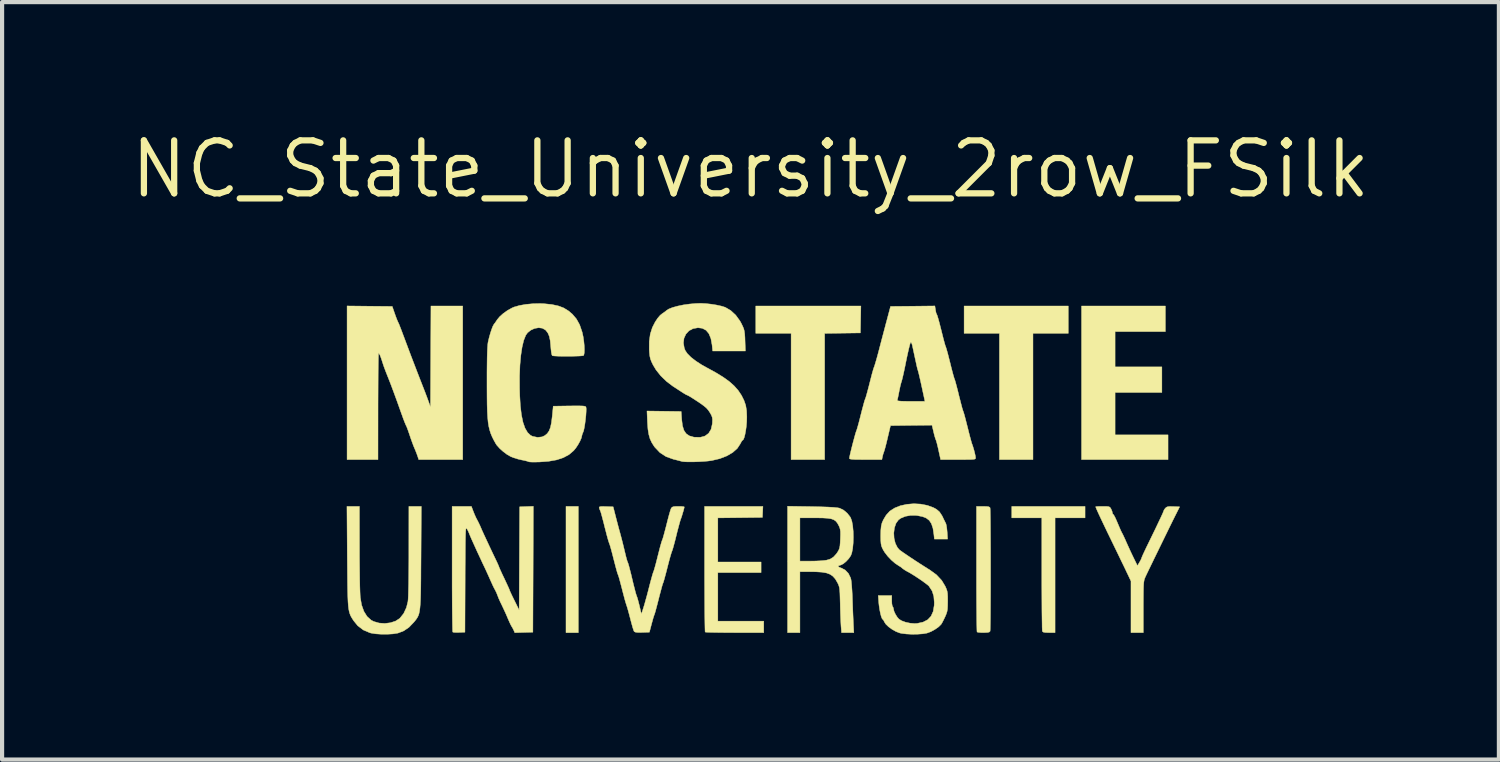
<source format=kicad_pcb>
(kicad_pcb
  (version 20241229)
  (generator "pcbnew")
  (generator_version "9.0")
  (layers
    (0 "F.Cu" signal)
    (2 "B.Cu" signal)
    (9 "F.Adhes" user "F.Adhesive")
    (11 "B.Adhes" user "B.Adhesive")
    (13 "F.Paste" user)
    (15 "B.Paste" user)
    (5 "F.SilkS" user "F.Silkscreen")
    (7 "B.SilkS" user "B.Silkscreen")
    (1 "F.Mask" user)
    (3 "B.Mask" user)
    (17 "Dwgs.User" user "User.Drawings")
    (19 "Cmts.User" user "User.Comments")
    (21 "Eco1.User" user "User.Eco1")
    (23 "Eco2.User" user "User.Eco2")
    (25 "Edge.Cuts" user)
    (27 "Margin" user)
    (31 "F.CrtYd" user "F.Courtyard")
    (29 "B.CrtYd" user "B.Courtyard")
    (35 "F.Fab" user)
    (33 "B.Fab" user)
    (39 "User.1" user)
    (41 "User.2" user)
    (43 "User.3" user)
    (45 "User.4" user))
  (footprint "NC_State_University_2row_FSilk"
    (layer "F.Cu")
    (at 14.945 1.006)
    (property "Reference" "NC_State_University_2row_FSilk" (at 0 0 0) (layer "F.SilkS") (effects (font (size 1.27 1.27) (thickness 0.15))))
    (attr through_hole)
    (fp_poly (pts (xy -4.128 11.113) (xy -4.424 11.113) (xy -4.424 8.086) (xy -4.128 8.086) (xy -4.128 11.113)) (stroke (width 0.01) (type solid)) (fill yes) (layer "F.SilkS"))
    (fp_poly (pts (xy 7.62 3.937) (xy 6.773 3.937) (xy 6.773 6.964) (xy 5.969 6.964) (xy 5.969 3.937) (xy 5.122 3.937) (xy 5.122 3.281) (xy 7.62 3.281) (xy 7.62 3.937)) (stroke (width 0.01) (type solid)) (fill yes) (layer "F.SilkS"))
    (fp_poly (pts (xy 2.635 3.926) (xy 2.207 3.932) (xy 1.778 3.938) (xy 1.778 6.964) (xy 0.974 6.964) (xy 0.974 3.937) (xy 0.127 3.937) (xy 0.127 3.281) (xy 2.647 3.281) (xy 2.635 3.926)) (stroke (width 0.01) (type solid)) (fill yes) (layer "F.SilkS"))
    (fp_poly (pts (xy 9.948 3.895) (xy 8.742 3.895) (xy 8.742 4.741) (xy 9.864 4.741) (xy 9.864 5.355) (xy 8.742 5.355) (xy 8.742 6.371) (xy 10.012 6.371) (xy 10.012 6.964) (xy 7.938 6.964) (xy 7.938 3.281) (xy 9.948 3.281) (xy 9.948 3.895)) (stroke (width 0.01) (type solid)) (fill yes) (layer "F.SilkS"))
    (fp_poly (pts (xy 8.022 8.361) (xy 7.303 8.361) (xy 7.303 11.113) (xy 7.157 11.113) (xy 7.074 11.11) (xy 7.025 11.102) (xy 7.002 11.086) (xy 6.998 11.079) (xy 6.996 11.052) (xy 6.993 10.987) (xy 6.992 10.887) (xy 6.99 10.756) (xy 6.988 10.597) (xy 6.987 10.413) (xy 6.986 10.21) (xy 6.985 9.99) (xy 6.985 9.757) (xy 6.985 9.703) (xy 6.985 8.361) (xy 6.265 8.361) (xy 6.265 8.086) (xy 8.022 8.086) (xy 8.022 8.361)) (stroke (width 0.01) (type solid)) (fill yes) (layer "F.SilkS"))
    (fp_poly (pts (xy 0.292 8.218) (xy 0.286 8.35) (xy -0.249 8.356) (xy -0.783 8.362) (xy -0.783 9.419) (xy 0.254 9.419) (xy 0.254 9.673) (xy -0.783 9.673) (xy -0.783 10.837) (xy 0.318 10.837) (xy 0.318 11.113) (xy -0.377 11.113) (xy -0.545 11.112) (xy -0.699 11.111) (xy -0.834 11.109) (xy -0.945 11.107) (xy -1.027 11.104) (xy -1.076 11.101) (xy -1.087 11.098) (xy -1.089 11.075) (xy -1.091 11.014) (xy -1.093 10.916) (xy -1.095 10.787) (xy -1.097 10.628) (xy -1.098 10.445) (xy -1.099 10.239) (xy -1.1 10.016) (xy -1.101 9.777) (xy -1.101 9.585) (xy -1.101 8.086) (xy 0.298 8.086) (xy 0.292 8.218)) (stroke (width 0.01) (type solid)) (fill yes) (layer "F.SilkS"))
    (fp_poly (pts (xy 5.66 8.088) (xy 5.712 8.095) (xy 5.738 8.109) (xy 5.744 8.119) (xy 5.747 8.146) (xy 5.749 8.211) (xy 5.751 8.31) (xy 5.753 8.439) (xy 5.754 8.593) (xy 5.755 8.768) (xy 5.756 8.96) (xy 5.757 9.165) (xy 5.757 9.379) (xy 5.757 9.597) (xy 5.757 9.814) (xy 5.757 10.028) (xy 5.756 10.233) (xy 5.755 10.426) (xy 5.754 10.601) (xy 5.753 10.756) (xy 5.751 10.885) (xy 5.749 10.985) (xy 5.747 11.051) (xy 5.745 11.079) (xy 5.744 11.079) (xy 5.727 11.098) (xy 5.687 11.108) (xy 5.616 11.112) (xy 5.589 11.113) (xy 5.515 11.111) (xy 5.459 11.105) (xy 5.433 11.098) (xy 5.43 11.075) (xy 5.428 11.014) (xy 5.426 10.916) (xy 5.424 10.787) (xy 5.423 10.628) (xy 5.421 10.445) (xy 5.42 10.239) (xy 5.419 10.016) (xy 5.419 9.777) (xy 5.419 9.585) (xy 5.419 8.086) (xy 5.575 8.086) (xy 5.66 8.088)) (stroke (width 0.01) (type solid)) (fill yes) (layer "F.SilkS"))
    (fp_poly (pts (xy -9.132 3.286) (xy -8.59 3.291) (xy -8.531 3.462) (xy -8.501 3.546) (xy -8.473 3.618) (xy -8.452 3.666) (xy -8.448 3.674) (xy -8.431 3.709) (xy -8.405 3.775) (xy -8.371 3.862) (xy -8.334 3.961) (xy -8.331 3.969) (xy -8.277 4.113) (xy -8.212 4.286) (xy -8.14 4.478) (xy -8.064 4.676) (xy -7.989 4.871) (xy -7.919 5.052) (xy -7.858 5.208) (xy -7.85 5.228) (xy -7.809 5.333) (xy -7.765 5.449) (xy -7.73 5.544) (xy -7.673 5.702) (xy -7.662 3.281) (xy -6.9 3.281) (xy -6.9 6.964) (xy -7.955 6.964) (xy -7.981 6.884) (xy -8.005 6.817) (xy -8.037 6.736) (xy -8.053 6.699) (xy -8.081 6.632) (xy -8.115 6.54) (xy -8.152 6.437) (xy -8.17 6.382) (xy -8.201 6.292) (xy -8.228 6.216) (xy -8.249 6.164) (xy -8.258 6.147) (xy -8.271 6.119) (xy -8.295 6.06) (xy -8.327 5.977) (xy -8.362 5.879) (xy -8.369 5.861) (xy -8.465 5.591) (xy -8.551 5.356) (xy -8.625 5.158) (xy -8.687 4.999) (xy -8.71 4.942) (xy -8.751 4.838) (xy -8.794 4.722) (xy -8.828 4.619) (xy -8.829 4.614) (xy -8.854 4.538) (xy -8.876 4.479) (xy -8.89 4.447) (xy -8.892 4.445) (xy -8.91 4.418) (xy -8.917 4.403) (xy -8.919 4.418) (xy -8.921 4.471) (xy -8.923 4.56) (xy -8.925 4.681) (xy -8.927 4.83) (xy -8.928 5.004) (xy -8.929 5.199) (xy -8.93 5.412) (xy -8.931 5.64) (xy -8.931 5.667) (xy -8.932 6.964) (xy -9.673 6.964) (xy -9.673 3.28) (xy -9.132 3.286)) (stroke (width 0.01) (type solid)) (fill yes) (layer "F.SilkS"))
    (fp_poly (pts (xy -9.376 9.075) (xy -9.376 9.284) (xy -9.374 9.487) (xy -9.372 9.678) (xy -9.37 9.853) (xy -9.367 10.005) (xy -9.363 10.13) (xy -9.359 10.221) (xy -9.356 10.266) (xy -9.325 10.449) (xy -9.27 10.603) (xy -9.194 10.725) (xy -9.097 10.813) (xy -9.034 10.846) (xy -8.905 10.883) (xy -8.768 10.893) (xy -8.632 10.876) (xy -8.51 10.836) (xy -8.413 10.773) (xy -8.407 10.768) (xy -8.316 10.654) (xy -8.25 10.512) (xy -8.214 10.369) (xy -8.209 10.317) (xy -8.204 10.226) (xy -8.201 10.101) (xy -8.197 9.943) (xy -8.195 9.758) (xy -8.193 9.549) (xy -8.192 9.318) (xy -8.192 9.16) (xy -8.191 8.086) (xy -7.893 8.086) (xy -7.9 9.308) (xy -7.902 9.581) (xy -7.903 9.814) (xy -7.905 10.012) (xy -7.908 10.179) (xy -7.912 10.317) (xy -7.918 10.43) (xy -7.926 10.522) (xy -7.936 10.595) (xy -7.948 10.655) (xy -7.964 10.703) (xy -7.984 10.744) (xy -8.007 10.781) (xy -8.034 10.817) (xy -8.066 10.856) (xy -8.071 10.862) (xy -8.19 10.986) (xy -8.315 11.071) (xy -8.451 11.123) (xy -8.459 11.125) (xy -8.571 11.143) (xy -8.706 11.151) (xy -8.849 11.151) (xy -8.984 11.142) (xy -9.098 11.124) (xy -9.127 11.116) (xy -9.284 11.049) (xy -9.417 10.948) (xy -9.514 10.829) (xy -9.543 10.785) (xy -9.568 10.744) (xy -9.59 10.703) (xy -9.607 10.659) (xy -9.622 10.608) (xy -9.634 10.546) (xy -9.643 10.47) (xy -9.65 10.377) (xy -9.655 10.262) (xy -9.659 10.122) (xy -9.662 9.953) (xy -9.664 9.753) (xy -9.666 9.517) (xy -9.668 9.287) (xy -9.676 8.086) (xy -9.377 8.086) (xy -9.376 9.075)) (stroke (width 0.01) (type solid)) (fill yes) (layer "F.SilkS"))
    (fp_poly (pts (xy 8.529 8.086) (xy 8.582 8.091) (xy 8.612 8.102) (xy 8.632 8.123) (xy 8.646 8.148) (xy 8.669 8.201) (xy 8.678 8.243) (xy 8.678 8.243) (xy 8.688 8.272) (xy 8.697 8.276) (xy 8.712 8.295) (xy 8.739 8.344) (xy 8.773 8.418) (xy 8.805 8.493) (xy 8.843 8.583) (xy 8.876 8.659) (xy 8.901 8.711) (xy 8.912 8.731) (xy 8.927 8.759) (xy 8.954 8.816) (xy 8.989 8.892) (xy 9.006 8.932) (xy 9.053 9.036) (xy 9.108 9.157) (xy 9.163 9.273) (xy 9.181 9.31) (xy 9.278 9.508) (xy 9.327 9.426) (xy 9.357 9.373) (xy 9.375 9.333) (xy 9.377 9.325) (xy 9.386 9.3) (xy 9.41 9.244) (xy 9.447 9.165) (xy 9.492 9.069) (xy 9.512 9.029) (xy 9.621 8.805) (xy 9.713 8.616) (xy 9.787 8.46) (xy 9.844 8.34) (xy 9.883 8.255) (xy 9.903 8.206) (xy 9.906 8.196) (xy 9.919 8.167) (xy 9.946 8.13) (xy 9.973 8.106) (xy 10.006 8.093) (xy 10.057 8.088) (xy 10.139 8.09) (xy 10.29 8.096) (xy 10.216 8.244) (xy 10.171 8.333) (xy 10.115 8.446) (xy 10.05 8.578) (xy 9.979 8.724) (xy 9.903 8.879) (xy 9.826 9.037) (xy 9.75 9.193) (xy 9.677 9.342) (xy 9.611 9.479) (xy 9.553 9.598) (xy 9.507 9.694) (xy 9.474 9.763) (xy 9.459 9.797) (xy 9.447 9.827) (xy 9.438 9.862) (xy 9.431 9.906) (xy 9.426 9.964) (xy 9.423 10.043) (xy 9.421 10.147) (xy 9.42 10.282) (xy 9.419 10.452) (xy 9.419 10.5) (xy 9.419 11.113) (xy 9.123 11.113) (xy 9.123 9.878) (xy 9.057 9.738) (xy 9.037 9.696) (xy 9.014 9.649) (xy 8.988 9.593) (xy 8.955 9.524) (xy 8.914 9.44) (xy 8.863 9.335) (xy 8.801 9.206) (xy 8.725 9.05) (xy 8.634 8.862) (xy 8.555 8.7) (xy 8.481 8.545) (xy 8.415 8.406) (xy 8.359 8.287) (xy 8.316 8.193) (xy 8.288 8.128) (xy 8.276 8.095) (xy 8.276 8.094) (xy 8.296 8.09) (xy 8.347 8.087) (xy 8.422 8.086) (xy 8.445 8.086) (xy 8.529 8.086)) (stroke (width 0.01) (type solid)) (fill yes) (layer "F.SilkS"))
    (fp_poly (pts (xy 1.466 8.091) (xy 1.686 8.096) (xy 1.863 8.102) (xy 1.999 8.11) (xy 2.092 8.12) (xy 2.135 8.128) (xy 2.23 8.174) (xy 2.32 8.25) (xy 2.392 8.342) (xy 2.403 8.363) (xy 2.431 8.443) (xy 2.451 8.554) (xy 2.463 8.686) (xy 2.466 8.826) (xy 2.462 8.966) (xy 2.45 9.095) (xy 2.429 9.201) (xy 2.406 9.265) (xy 2.357 9.337) (xy 2.293 9.406) (xy 2.225 9.462) (xy 2.164 9.492) (xy 2.16 9.493) (xy 2.109 9.51) (xy 2.101 9.528) (xy 2.134 9.549) (xy 2.178 9.564) (xy 2.271 9.613) (xy 2.348 9.694) (xy 2.399 9.798) (xy 2.41 9.838) (xy 2.418 9.894) (xy 2.426 9.983) (xy 2.434 10.095) (xy 2.441 10.22) (xy 2.444 10.31) (xy 2.449 10.451) (xy 2.454 10.597) (xy 2.46 10.734) (xy 2.465 10.849) (xy 2.467 10.896) (xy 2.478 11.113) (xy 2.184 11.113) (xy 2.171 10.959) (xy 2.167 10.887) (xy 2.162 10.782) (xy 2.157 10.657) (xy 2.153 10.52) (xy 2.151 10.414) (xy 2.147 10.275) (xy 2.144 10.172) (xy 2.139 10.095) (xy 2.132 10.039) (xy 2.121 9.996) (xy 2.107 9.958) (xy 2.087 9.917) (xy 2.083 9.91) (xy 2.033 9.825) (xy 1.976 9.761) (xy 1.908 9.714) (xy 1.822 9.682) (xy 1.71 9.663) (xy 1.568 9.654) (xy 1.438 9.652) (xy 1.185 9.652) (xy 1.185 11.113) (xy 0.889 11.113) (xy 0.889 8.361) (xy 1.185 8.361) (xy 1.185 9.398) (xy 1.449 9.398) (xy 1.563 9.396) (xy 1.673 9.391) (xy 1.766 9.383) (xy 1.825 9.375) (xy 1.918 9.346) (xy 1.992 9.298) (xy 2.06 9.223) (xy 2.092 9.176) (xy 2.117 9.132) (xy 2.134 9.088) (xy 2.145 9.031) (xy 2.151 8.952) (xy 2.155 8.865) (xy 2.158 8.76) (xy 2.157 8.686) (xy 2.149 8.632) (xy 2.135 8.586) (xy 2.116 8.545) (xy 2.082 8.484) (xy 2.045 8.439) (xy 1.997 8.406) (xy 1.933 8.383) (xy 1.846 8.37) (xy 1.731 8.363) (xy 1.581 8.361) (xy 1.548 8.361) (xy 1.185 8.361) (xy 0.889 8.361) (xy 0.889 8.082) (xy 1.466 8.091)) (stroke (width 0.01) (type solid)) (fill yes) (layer "F.SilkS"))
    (fp_poly (pts (xy -5.212 9.593) (xy -5.218 11.102) (xy -5.435 11.108) (xy -5.652 11.114) (xy -5.677 11.055) (xy -5.704 11.001) (xy -5.727 10.964) (xy -5.746 10.93) (xy -5.775 10.869) (xy -5.809 10.792) (xy -5.817 10.774) (xy -5.861 10.67) (xy -5.914 10.555) (xy -5.958 10.461) (xy -6 10.375) (xy -6.038 10.29) (xy -6.064 10.223) (xy -6.066 10.218) (xy -6.092 10.152) (xy -6.119 10.098) (xy -6.125 10.086) (xy -6.146 10.048) (xy -6.178 9.983) (xy -6.215 9.901) (xy -6.232 9.864) (xy -6.276 9.764) (xy -6.323 9.661) (xy -6.363 9.574) (xy -6.371 9.557) (xy -6.43 9.434) (xy -6.49 9.304) (xy -6.551 9.174) (xy -6.607 9.05) (xy -6.658 8.938) (xy -6.699 8.846) (xy -6.728 8.778) (xy -6.742 8.743) (xy -6.764 8.689) (xy -6.796 8.628) (xy -6.797 8.627) (xy -6.805 8.614) (xy -6.812 8.608) (xy -6.818 8.61) (xy -6.823 8.623) (xy -6.827 8.652) (xy -6.83 8.699) (xy -6.833 8.766) (xy -6.835 8.857) (xy -6.837 8.975) (xy -6.838 9.122) (xy -6.839 9.303) (xy -6.841 9.519) (xy -6.842 9.773) (xy -6.842 9.832) (xy -6.847 11.102) (xy -6.986 11.108) (xy -7.059 11.109) (xy -7.115 11.106) (xy -7.139 11.099) (xy -7.142 11.076) (xy -7.144 11.014) (xy -7.146 10.917) (xy -7.148 10.787) (xy -7.15 10.629) (xy -7.152 10.445) (xy -7.153 10.239) (xy -7.154 10.016) (xy -7.154 9.777) (xy -7.154 9.585) (xy -7.154 8.086) (xy -6.692 8.086) (xy -6.646 8.207) (xy -6.614 8.287) (xy -6.579 8.363) (xy -6.559 8.401) (xy -6.528 8.46) (xy -6.49 8.539) (xy -6.466 8.594) (xy -6.436 8.664) (xy -6.394 8.756) (xy -6.339 8.874) (xy -6.27 9.022) (xy -6.185 9.202) (xy -6.115 9.348) (xy -6.078 9.426) (xy -6.05 9.488) (xy -6.034 9.526) (xy -6.032 9.533) (xy -6.024 9.555) (xy -6 9.609) (xy -5.965 9.686) (xy -5.921 9.779) (xy -5.905 9.811) (xy -5.86 9.908) (xy -5.821 9.992) (xy -5.793 10.054) (xy -5.779 10.088) (xy -5.778 10.092) (xy -5.769 10.116) (xy -5.745 10.169) (xy -5.709 10.245) (xy -5.665 10.335) (xy -5.662 10.34) (xy -5.547 10.573) (xy -5.541 9.335) (xy -5.535 8.096) (xy -5.371 8.09) (xy -5.207 8.084) (xy -5.212 9.593)) (stroke (width 0.01) (type solid)) (fill yes) (layer "F.SilkS"))
    (fp_poly (pts (xy -1.076 3.223) (xy -0.945 3.237) (xy -0.814 3.258) (xy -0.696 3.284) (xy -0.607 3.312) (xy -0.603 3.314) (xy -0.473 3.39) (xy -0.354 3.5) (xy -0.254 3.638) (xy -0.221 3.697) (xy -0.186 3.769) (xy -0.162 3.827) (xy -0.148 3.883) (xy -0.139 3.95) (xy -0.133 4.039) (xy -0.131 4.11) (xy -0.122 4.36) (xy -0.907 4.36) (xy -0.921 4.217) (xy -0.949 4.063) (xy -0.997 3.945) (xy -1.065 3.863) (xy -1.156 3.815) (xy -1.26 3.802) (xy -1.378 3.823) (xy -1.475 3.875) (xy -1.548 3.954) (xy -1.594 4.053) (xy -1.608 4.166) (xy -1.588 4.288) (xy -1.564 4.35) (xy -1.511 4.427) (xy -1.424 4.513) (xy -1.307 4.603) (xy -1.167 4.694) (xy -1.048 4.76) (xy -0.834 4.877) (xy -0.656 4.986) (xy -0.51 5.091) (xy -0.392 5.196) (xy -0.297 5.303) (xy -0.221 5.416) (xy -0.216 5.424) (xy -0.156 5.544) (xy -0.115 5.662) (xy -0.094 5.79) (xy -0.088 5.939) (xy -0.091 6.054) (xy -0.1 6.166) (xy -0.115 6.273) (xy -0.133 6.368) (xy -0.153 6.442) (xy -0.174 6.488) (xy -0.188 6.498) (xy -0.206 6.516) (xy -0.232 6.56) (xy -0.245 6.586) (xy -0.316 6.695) (xy -0.425 6.792) (xy -0.566 6.875) (xy -0.736 6.941) (xy -0.931 6.987) (xy -0.931 6.987) (xy -1.013 6.998) (xy -1.117 7.007) (xy -1.233 7.014) (xy -1.352 7.018) (xy -1.464 7.019) (xy -1.559 7.017) (xy -1.627 7.011) (xy -1.651 7.006) (xy -1.698 6.993) (xy -1.771 6.974) (xy -1.852 6.954) (xy -2.023 6.893) (xy -2.172 6.796) (xy -2.295 6.666) (xy -2.308 6.649) (xy -2.367 6.556) (xy -2.41 6.463) (xy -2.439 6.359) (xy -2.459 6.234) (xy -2.47 6.077) (xy -2.471 6.058) (xy -2.482 5.799) (xy -1.662 5.81) (xy -1.649 6.003) (xy -1.631 6.151) (xy -1.596 6.264) (xy -1.541 6.344) (xy -1.463 6.396) (xy -1.359 6.425) (xy -1.339 6.427) (xy -1.2 6.429) (xy -1.088 6.397) (xy -1.003 6.333) (xy -0.945 6.237) (xy -0.916 6.109) (xy -0.914 6.083) (xy -0.911 6.003) (xy -0.919 5.946) (xy -0.942 5.89) (xy -0.975 5.833) (xy -1.012 5.778) (xy -1.056 5.728) (xy -1.115 5.678) (xy -1.197 5.618) (xy -1.27 5.569) (xy -1.357 5.512) (xy -1.431 5.465) (xy -1.486 5.433) (xy -1.514 5.419) (xy -1.515 5.419) (xy -1.542 5.408) (xy -1.591 5.379) (xy -1.64 5.348) (xy -1.72 5.296) (xy -1.81 5.237) (xy -1.863 5.203) (xy -2.012 5.09) (xy -2.151 4.956) (xy -2.266 4.811) (xy -2.335 4.696) (xy -2.374 4.616) (xy -2.399 4.55) (xy -2.414 4.484) (xy -2.423 4.401) (xy -2.428 4.326) (xy -2.427 4.127) (xy -2.403 3.954) (xy -2.353 3.796) (xy -2.285 3.663) (xy -2.225 3.573) (xy -2.165 3.503) (xy -2.124 3.47) (xy -2.069 3.432) (xy -2.025 3.398) (xy -2.02 3.393) (xy -1.961 3.354) (xy -1.868 3.317) (xy -1.748 3.284) (xy -1.61 3.255) (xy -1.461 3.234) (xy -1.309 3.221) (xy -1.194 3.217) (xy -1.076 3.223)) (stroke (width 0.01) (type solid)) (fill yes) (layer "F.SilkS"))
    (fp_poly (pts (xy 4.08 8.031) (xy 4.24 8.062) (xy 4.388 8.116) (xy 4.46 8.156) (xy 4.531 8.217) (xy 4.591 8.307) (xy 4.604 8.332) (xy 4.638 8.404) (xy 4.669 8.466) (xy 4.685 8.498) (xy 4.696 8.539) (xy 4.707 8.609) (xy 4.715 8.693) (xy 4.716 8.705) (xy 4.726 8.869) (xy 4.409 8.869) (xy 4.397 8.756) (xy 4.375 8.611) (xy 4.339 8.502) (xy 4.287 8.422) (xy 4.214 8.366) (xy 4.126 8.331) (xy 3.984 8.303) (xy 3.843 8.301) (xy 3.712 8.324) (xy 3.602 8.37) (xy 3.548 8.41) (xy 3.488 8.493) (xy 3.451 8.602) (xy 3.436 8.724) (xy 3.443 8.85) (xy 3.472 8.97) (xy 3.523 9.072) (xy 3.57 9.127) (xy 3.603 9.152) (xy 3.665 9.196) (xy 3.749 9.253) (xy 3.847 9.319) (xy 3.954 9.39) (xy 4.062 9.46) (xy 4.164 9.525) (xy 4.252 9.581) (xy 4.297 9.608) (xy 4.459 9.726) (xy 4.585 9.861) (xy 4.669 10.001) (xy 4.696 10.062) (xy 4.714 10.115) (xy 4.724 10.173) (xy 4.728 10.247) (xy 4.729 10.351) (xy 4.729 10.361) (xy 4.727 10.468) (xy 4.723 10.546) (xy 4.713 10.607) (xy 4.695 10.664) (xy 4.667 10.73) (xy 4.666 10.732) (xy 4.63 10.807) (xy 4.596 10.873) (xy 4.572 10.913) (xy 4.511 10.974) (xy 4.424 11.035) (xy 4.326 11.089) (xy 4.232 11.124) (xy 4.133 11.141) (xy 4.008 11.15) (xy 3.871 11.152) (xy 3.738 11.145) (xy 3.623 11.131) (xy 3.578 11.121) (xy 3.49 11.087) (xy 3.398 11.036) (xy 3.313 10.975) (xy 3.247 10.912) (xy 3.21 10.856) (xy 3.189 10.813) (xy 3.171 10.795) (xy 3.171 10.795) (xy 3.154 10.775) (xy 3.134 10.723) (xy 3.114 10.646) (xy 3.096 10.554) (xy 3.082 10.456) (xy 3.076 10.399) (xy 3.063 10.223) (xy 3.387 10.223) (xy 3.387 10.349) (xy 3.39 10.419) (xy 3.399 10.47) (xy 3.408 10.488) (xy 3.425 10.518) (xy 3.429 10.543) (xy 3.442 10.601) (xy 3.476 10.674) (xy 3.521 10.745) (xy 3.56 10.789) (xy 3.625 10.829) (xy 3.718 10.863) (xy 3.825 10.886) (xy 3.932 10.895) (xy 3.996 10.892) (xy 4.138 10.861) (xy 4.249 10.804) (xy 4.329 10.719) (xy 4.381 10.604) (xy 4.405 10.458) (xy 4.407 10.39) (xy 4.395 10.24) (xy 4.355 10.114) (xy 4.283 10.004) (xy 4.28 9.999) (xy 4.244 9.966) (xy 4.18 9.918) (xy 4.099 9.859) (xy 4.008 9.798) (xy 3.916 9.738) (xy 3.833 9.687) (xy 3.772 9.654) (xy 3.709 9.618) (xy 3.658 9.583) (xy 3.644 9.572) (xy 3.598 9.535) (xy 3.549 9.505) (xy 3.467 9.45) (xy 3.376 9.371) (xy 3.289 9.279) (xy 3.217 9.186) (xy 3.185 9.134) (xy 3.157 9.078) (xy 3.139 9.03) (xy 3.129 8.977) (xy 3.124 8.91) (xy 3.122 8.815) (xy 3.122 8.777) (xy 3.125 8.655) (xy 3.134 8.561) (xy 3.153 8.483) (xy 3.186 8.408) (xy 3.237 8.322) (xy 3.257 8.291) (xy 3.341 8.199) (xy 3.456 8.125) (xy 3.594 8.07) (xy 3.75 8.036) (xy 3.914 8.022) (xy 4.08 8.031)) (stroke (width 0.01) (type solid)) (fill yes) (layer "F.SilkS"))
    (fp_poly (pts (xy -4.953 3.226) (xy -4.766 3.245) (xy -4.611 3.278) (xy -4.48 3.327) (xy -4.366 3.397) (xy -4.272 3.476) (xy -4.174 3.591) (xy -4.097 3.73) (xy -4.039 3.899) (xy -4.032 3.926) (xy -4.011 4.023) (xy -3.996 4.129) (xy -3.986 4.234) (xy -3.983 4.329) (xy -3.986 4.407) (xy -3.996 4.456) (xy -4.004 4.469) (xy -4.035 4.475) (xy -4.098 4.48) (xy -4.187 4.483) (xy -4.291 4.486) (xy -4.402 4.486) (xy -4.511 4.486) (xy -4.61 4.484) (xy -4.689 4.48) (xy -4.741 4.475) (xy -4.754 4.471) (xy -4.765 4.444) (xy -4.776 4.386) (xy -4.785 4.305) (xy -4.789 4.253) (xy -4.802 4.114) (xy -4.824 4.009) (xy -4.858 3.929) (xy -4.906 3.866) (xy -4.919 3.854) (xy -4.992 3.813) (xy -5.081 3.802) (xy -5.177 3.819) (xy -5.268 3.86) (xy -5.345 3.922) (xy -5.389 3.983) (xy -5.438 4.106) (xy -5.477 4.269) (xy -5.507 4.467) (xy -5.528 4.699) (xy -5.538 4.962) (xy -5.537 5.252) (xy -5.533 5.419) (xy -5.518 5.675) (xy -5.492 5.892) (xy -5.455 6.07) (xy -5.406 6.21) (xy -5.346 6.313) (xy -5.274 6.382) (xy -5.226 6.406) (xy -5.106 6.431) (xy -4.998 6.419) (xy -4.93 6.387) (xy -4.873 6.339) (xy -4.83 6.277) (xy -4.797 6.194) (xy -4.773 6.082) (xy -4.755 5.935) (xy -4.754 5.93) (xy -4.73 5.683) (xy -4.344 5.677) (xy -4.205 5.676) (xy -4.104 5.676) (xy -4.033 5.678) (xy -3.987 5.682) (xy -3.961 5.689) (xy -3.947 5.7) (xy -3.944 5.707) (xy -3.939 5.747) (xy -3.941 5.819) (xy -3.947 5.911) (xy -3.958 6.013) (xy -3.971 6.114) (xy -3.986 6.203) (xy -4 6.27) (xy -4.011 6.3) (xy -4.033 6.352) (xy -4.043 6.392) (xy -4.056 6.447) (xy -4.089 6.523) (xy -4.135 6.606) (xy -4.188 6.686) (xy -4.24 6.749) (xy -4.353 6.845) (xy -4.489 6.918) (xy -4.65 6.971) (xy -4.843 7.005) (xy -5.059 7.021) (xy -5.157 7.023) (xy -5.239 7.023) (xy -5.295 7.02) (xy -5.317 7.016) (xy -5.344 7.005) (xy -5.4 6.99) (xy -5.475 6.974) (xy -5.483 6.973) (xy -5.58 6.95) (xy -5.681 6.918) (xy -5.75 6.891) (xy -5.836 6.842) (xy -5.928 6.773) (xy -6.014 6.696) (xy -6.082 6.62) (xy -6.107 6.583) (xy -6.155 6.496) (xy -6.195 6.416) (xy -6.228 6.337) (xy -6.254 6.256) (xy -6.275 6.168) (xy -6.291 6.068) (xy -6.302 5.95) (xy -6.31 5.811) (xy -6.315 5.646) (xy -6.317 5.45) (xy -6.318 5.219) (xy -6.318 5.112) (xy -6.318 4.872) (xy -6.316 4.672) (xy -6.314 4.507) (xy -6.31 4.375) (xy -6.305 4.273) (xy -6.299 4.197) (xy -6.292 4.144) (xy -6.29 4.138) (xy -6.265 4.032) (xy -6.235 3.927) (xy -6.204 3.834) (xy -6.176 3.763) (xy -6.153 3.722) (xy -6.152 3.72) (xy -6.125 3.686) (xy -6.089 3.633) (xy -6.078 3.615) (xy -6.017 3.54) (xy -5.929 3.461) (xy -5.825 3.387) (xy -5.717 3.327) (xy -5.666 3.305) (xy -5.539 3.269) (xy -5.384 3.242) (xy -5.214 3.226) (xy -5.042 3.222) (xy -4.953 3.226)) (stroke (width 0.01) (type solid)) (fill yes) (layer "F.SilkS"))
    (fp_poly (pts (xy -1.659 8.087) (xy -1.608 8.092) (xy -1.588 8.098) (xy -1.587 8.098) (xy -1.593 8.13) (xy -1.608 8.188) (xy -1.629 8.257) (xy -1.649 8.325) (xy -1.667 8.377) (xy -1.674 8.393) (xy -1.685 8.427) (xy -1.704 8.494) (xy -1.729 8.587) (xy -1.758 8.697) (xy -1.778 8.779) (xy -1.807 8.896) (xy -1.835 9.001) (xy -1.858 9.085) (xy -1.876 9.141) (xy -1.883 9.16) (xy -1.895 9.192) (xy -1.915 9.258) (xy -1.941 9.349) (xy -1.97 9.459) (xy -1.992 9.545) (xy -2.022 9.663) (xy -2.05 9.767) (xy -2.073 9.851) (xy -2.09 9.907) (xy -2.098 9.926) (xy -2.109 9.957) (xy -2.128 10.021) (xy -2.152 10.112) (xy -2.181 10.22) (xy -2.203 10.308) (xy -2.233 10.425) (xy -2.26 10.527) (xy -2.282 10.609) (xy -2.298 10.662) (xy -2.304 10.679) (xy -2.315 10.707) (xy -2.334 10.767) (xy -2.356 10.847) (xy -2.371 10.901) (xy -2.424 11.102) (xy -2.595 11.108) (xy -2.695 11.109) (xy -2.758 11.102) (xy -2.789 11.087) (xy -2.789 11.087) (xy -2.802 11.057) (xy -2.823 10.994) (xy -2.847 10.908) (xy -2.874 10.807) (xy -2.877 10.795) (xy -2.905 10.687) (xy -2.932 10.588) (xy -2.955 10.508) (xy -2.972 10.457) (xy -2.972 10.456) (xy -2.987 10.41) (xy -3.01 10.332) (xy -3.037 10.231) (xy -3.067 10.117) (xy -3.08 10.065) (xy -3.109 9.954) (xy -3.135 9.857) (xy -3.156 9.782) (xy -3.171 9.736) (xy -3.175 9.726) (xy -3.186 9.699) (xy -3.204 9.639) (xy -3.228 9.552) (xy -3.256 9.445) (xy -3.279 9.356) (xy -3.309 9.238) (xy -3.337 9.132) (xy -3.361 9.047) (xy -3.379 8.99) (xy -3.387 8.97) (xy -3.398 8.939) (xy -3.418 8.873) (xy -3.443 8.782) (xy -3.471 8.673) (xy -3.493 8.589) (xy -3.522 8.472) (xy -3.55 8.366) (xy -3.573 8.28) (xy -3.59 8.222) (xy -3.597 8.202) (xy -3.621 8.145) (xy -3.629 8.11) (xy -3.613 8.093) (xy -3.568 8.088) (xy -3.488 8.089) (xy -3.467 8.09) (xy -3.293 8.096) (xy -3.225 8.361) (xy -3.194 8.48) (xy -3.162 8.601) (xy -3.132 8.71) (xy -3.112 8.784) (xy -3.088 8.875) (xy -3.059 8.989) (xy -3.03 9.109) (xy -3.014 9.175) (xy -2.991 9.271) (xy -2.97 9.351) (xy -2.953 9.407) (xy -2.943 9.429) (xy -2.933 9.456) (xy -2.915 9.517) (xy -2.892 9.605) (xy -2.864 9.714) (xy -2.836 9.832) (xy -2.807 9.954) (xy -2.779 10.062) (xy -2.757 10.15) (xy -2.739 10.209) (xy -2.73 10.234) (xy -2.719 10.263) (xy -2.701 10.323) (xy -2.68 10.404) (xy -2.665 10.462) (xy -2.616 10.669) (xy -2.566 10.516) (xy -2.543 10.441) (xy -2.514 10.336) (xy -2.48 10.214) (xy -2.446 10.085) (xy -2.431 10.025) (xy -2.401 9.909) (xy -2.373 9.806) (xy -2.35 9.724) (xy -2.333 9.67) (xy -2.326 9.653) (xy -2.315 9.622) (xy -2.296 9.558) (xy -2.271 9.468) (xy -2.243 9.359) (xy -2.222 9.275) (xy -2.192 9.158) (xy -2.165 9.053) (xy -2.141 8.969) (xy -2.124 8.913) (xy -2.116 8.894) (xy -2.104 8.862) (xy -2.085 8.797) (xy -2.06 8.706) (xy -2.031 8.596) (xy -2.01 8.513) (xy -1.98 8.395) (xy -1.952 8.29) (xy -1.927 8.204) (xy -1.908 8.146) (xy -1.899 8.127) (xy -1.878 8.104) (xy -1.842 8.091) (xy -1.782 8.086) (xy -1.731 8.086) (xy -1.659 8.087)) (stroke (width 0.01) (type solid)) (fill yes) (layer "F.SilkS"))
    (fp_poly (pts (xy 4.436 3.376) (xy 4.447 3.435) (xy 4.461 3.475) (xy 4.466 3.482) (xy 4.476 3.505) (xy 4.494 3.562) (xy 4.518 3.647) (xy 4.546 3.754) (xy 4.575 3.868) (xy 4.605 3.988) (xy 4.632 4.094) (xy 4.655 4.178) (xy 4.671 4.234) (xy 4.68 4.255) (xy 4.688 4.278) (xy 4.705 4.335) (xy 4.729 4.42) (xy 4.756 4.526) (xy 4.784 4.636) (xy 4.814 4.757) (xy 4.842 4.865) (xy 4.866 4.953) (xy 4.884 5.013) (xy 4.893 5.038) (xy 4.904 5.068) (xy 4.922 5.132) (xy 4.946 5.222) (xy 4.974 5.331) (xy 4.995 5.419) (xy 5.025 5.536) (xy 5.052 5.641) (xy 5.074 5.725) (xy 5.091 5.781) (xy 5.098 5.8) (xy 5.109 5.83) (xy 5.128 5.894) (xy 5.152 5.984) (xy 5.18 6.094) (xy 5.205 6.191) (xy 5.235 6.312) (xy 5.263 6.42) (xy 5.287 6.508) (xy 5.304 6.569) (xy 5.313 6.593) (xy 5.333 6.65) (xy 5.356 6.727) (xy 5.377 6.808) (xy 5.392 6.878) (xy 5.397 6.919) (xy 5.396 6.935) (xy 5.389 6.946) (xy 5.369 6.954) (xy 5.332 6.959) (xy 5.273 6.962) (xy 5.185 6.963) (xy 5.064 6.964) (xy 4.978 6.964) (xy 4.559 6.964) (xy 4.509 6.736) (xy 4.488 6.642) (xy 4.468 6.563) (xy 4.452 6.508) (xy 4.444 6.488) (xy 4.433 6.458) (xy 4.415 6.399) (xy 4.395 6.321) (xy 4.391 6.302) (xy 4.352 6.138) (xy 3.855 6.143) (xy 3.357 6.149) (xy 3.287 6.445) (xy 3.261 6.555) (xy 3.236 6.653) (xy 3.215 6.729) (xy 3.2 6.776) (xy 3.197 6.784) (xy 3.179 6.835) (xy 3.164 6.895) (xy 3.15 6.964) (xy 2.761 6.964) (xy 2.621 6.963) (xy 2.518 6.962) (xy 2.446 6.958) (xy 2.402 6.953) (xy 2.378 6.945) (xy 2.371 6.935) (xy 2.371 6.933) (xy 2.376 6.899) (xy 2.39 6.833) (xy 2.411 6.745) (xy 2.436 6.644) (xy 2.463 6.539) (xy 2.49 6.44) (xy 2.513 6.355) (xy 2.532 6.294) (xy 2.542 6.267) (xy 2.553 6.236) (xy 2.572 6.171) (xy 2.597 6.081) (xy 2.625 5.972) (xy 2.646 5.889) (xy 2.676 5.771) (xy 2.704 5.667) (xy 2.727 5.582) (xy 2.74 5.54) (xy 3.519 5.54) (xy 3.525 5.551) (xy 3.553 5.558) (xy 3.61 5.563) (xy 3.698 5.566) (xy 3.824 5.567) (xy 3.846 5.567) (xy 4.183 5.567) (xy 4.106 5.212) (xy 4.08 5.093) (xy 4.056 4.988) (xy 4.036 4.903) (xy 4.021 4.846) (xy 4.015 4.826) (xy 4.009 4.807) (xy 3.999 4.77) (xy 3.985 4.711) (xy 3.967 4.627) (xy 3.942 4.513) (xy 3.91 4.365) (xy 3.878 4.216) (xy 3.862 4.17) (xy 3.844 4.149) (xy 3.842 4.148) (xy 3.832 4.169) (xy 3.815 4.225) (xy 3.794 4.311) (xy 3.769 4.42) (xy 3.742 4.546) (xy 3.731 4.6) (xy 3.704 4.734) (xy 3.678 4.857) (xy 3.655 4.96) (xy 3.636 5.038) (xy 3.624 5.084) (xy 3.621 5.091) (xy 3.609 5.13) (xy 3.591 5.199) (xy 3.573 5.285) (xy 3.565 5.323) (xy 3.548 5.411) (xy 3.533 5.483) (xy 3.522 5.53) (xy 3.519 5.54) (xy 2.74 5.54) (xy 2.745 5.526) (xy 2.752 5.508) (xy 2.764 5.476) (xy 2.783 5.41) (xy 2.808 5.319) (xy 2.837 5.21) (xy 2.858 5.127) (xy 2.888 5.009) (xy 2.915 4.905) (xy 2.939 4.82) (xy 2.956 4.764) (xy 2.964 4.746) (xy 2.975 4.714) (xy 2.995 4.649) (xy 3.022 4.557) (xy 3.052 4.448) (xy 3.078 4.35) (xy 3.118 4.196) (xy 3.164 4.021) (xy 3.211 3.844) (xy 3.253 3.684) (xy 3.265 3.641) (xy 3.358 3.291) (xy 3.89 3.286) (xy 4.421 3.28) (xy 4.436 3.376)) (stroke (width 0.01) (type solid)) (fill yes) (layer "F.SilkS")))
  (gr_rect
    (start -3 -3)
    (end 32.89 15.163)
    (stroke (width 0.1) (type default))
    (fill no)
    (layer "Edge.Cuts")))
</source>
